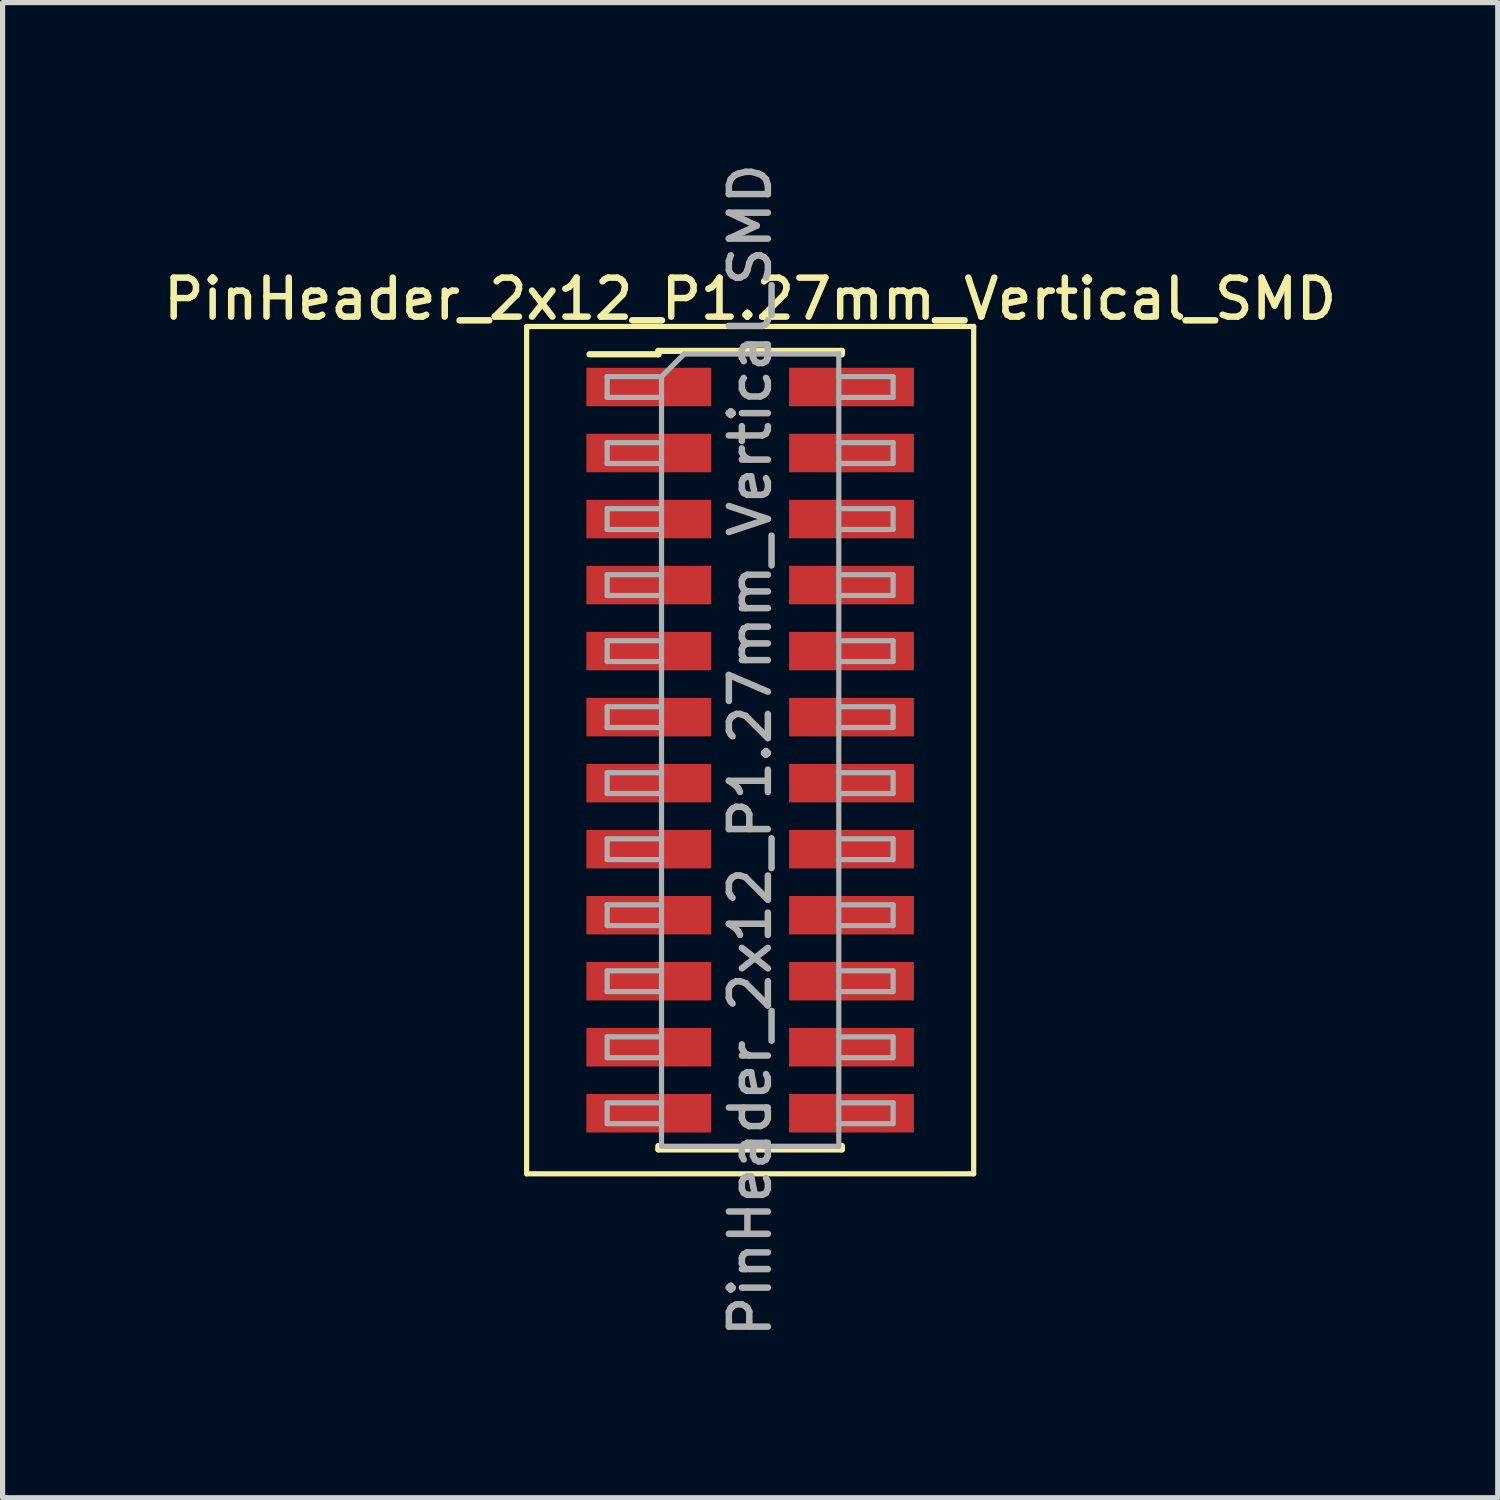
<source format=kicad_pcb>
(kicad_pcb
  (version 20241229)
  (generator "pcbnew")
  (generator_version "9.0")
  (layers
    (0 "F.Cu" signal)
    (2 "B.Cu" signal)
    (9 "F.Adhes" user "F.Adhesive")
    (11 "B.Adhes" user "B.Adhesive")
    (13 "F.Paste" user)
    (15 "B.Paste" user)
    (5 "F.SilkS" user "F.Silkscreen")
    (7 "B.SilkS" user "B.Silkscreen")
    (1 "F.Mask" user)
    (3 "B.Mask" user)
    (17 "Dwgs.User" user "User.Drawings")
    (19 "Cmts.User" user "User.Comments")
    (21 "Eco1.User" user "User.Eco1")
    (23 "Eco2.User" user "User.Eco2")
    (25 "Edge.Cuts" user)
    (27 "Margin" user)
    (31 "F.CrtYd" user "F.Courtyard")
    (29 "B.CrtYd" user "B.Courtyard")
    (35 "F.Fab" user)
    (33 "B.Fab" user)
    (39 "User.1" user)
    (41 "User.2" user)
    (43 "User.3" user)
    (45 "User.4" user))
  (footprint "PinHeader_2x12_P1.27mm_Vertical_SMD"
    (layer "F.Cu")
    (at 11.38 11.38)
    (property "Reference" "PinHeader_2x12_P1.27mm_Vertical_SMD" (at 0 -8.68 0) (layer "F.SilkS") (effects (font (size 0.75 0.75) (thickness 0.125))))
    (attr smd)
    (fp_line (start -4.3 -8.15) (end -4.3 8.15) (stroke (width 0.1) (type solid)) (layer "F.SilkS"))
    (fp_line (start -4.3 8.15) (end 4.3 8.15) (stroke (width 0.1) (type solid)) (layer "F.SilkS"))
    (fp_line (start -3.09 -7.615) (end -1.765 -7.615) (stroke (width 0.12) (type solid)) (layer "F.SilkS"))
    (fp_line (start -1.765 -7.68) (end -1.765 -7.615) (stroke (width 0.12) (type solid)) (layer "F.SilkS"))
    (fp_line (start -1.765 -7.68) (end 1.765 -7.68) (stroke (width 0.12) (type solid)) (layer "F.SilkS"))
    (fp_line (start -1.765 7.615) (end -1.765 7.68) (stroke (width 0.12) (type solid)) (layer "F.SilkS"))
    (fp_line (start -1.765 7.68) (end 1.765 7.68) (stroke (width 0.12) (type solid)) (layer "F.SilkS"))
    (fp_line (start 1.765 -7.68) (end 1.765 -7.615) (stroke (width 0.12) (type solid)) (layer "F.SilkS"))
    (fp_line (start 1.765 7.615) (end 1.765 7.68) (stroke (width 0.12) (type solid)) (layer "F.SilkS"))
    (fp_line (start 4.3 -8.15) (end -4.3 -8.15) (stroke (width 0.1) (type solid)) (layer "F.SilkS"))
    (fp_line (start 4.3 8.15) (end 4.3 -8.15) (stroke (width 0.1) (type solid)) (layer "F.SilkS"))
    (fp_line (start -2.75 -7.185) (end -2.75 -6.785) (stroke (width 0.1) (type solid)) (layer "F.Fab"))
    (fp_line (start -2.75 -6.785) (end -1.705 -6.785) (stroke (width 0.1) (type solid)) (layer "F.Fab"))
    (fp_line (start -2.75 -5.915) (end -2.75 -5.515) (stroke (width 0.1) (type solid)) (layer "F.Fab"))
    (fp_line (start -2.75 -5.515) (end -1.705 -5.515) (stroke (width 0.1) (type solid)) (layer "F.Fab"))
    (fp_line (start -2.75 -4.645) (end -2.75 -4.245) (stroke (width 0.1) (type solid)) (layer "F.Fab"))
    (fp_line (start -2.75 -4.245) (end -1.705 -4.245) (stroke (width 0.1) (type solid)) (layer "F.Fab"))
    (fp_line (start -2.75 -3.375) (end -2.75 -2.975) (stroke (width 0.1) (type solid)) (layer "F.Fab"))
    (fp_line (start -2.75 -2.975) (end -1.705 -2.975) (stroke (width 0.1) (type solid)) (layer "F.Fab"))
    (fp_line (start -2.75 -2.105) (end -2.75 -1.705) (stroke (width 0.1) (type solid)) (layer "F.Fab"))
    (fp_line (start -2.75 -1.705) (end -1.705 -1.705) (stroke (width 0.1) (type solid)) (layer "F.Fab"))
    (fp_line (start -2.75 -0.835) (end -2.75 -0.435) (stroke (width 0.1) (type solid)) (layer "F.Fab"))
    (fp_line (start -2.75 -0.435) (end -1.705 -0.435) (stroke (width 0.1) (type solid)) (layer "F.Fab"))
    (fp_line (start -2.75 0.435) (end -2.75 0.835) (stroke (width 0.1) (type solid)) (layer "F.Fab"))
    (fp_line (start -2.75 0.835) (end -1.705 0.835) (stroke (width 0.1) (type solid)) (layer "F.Fab"))
    (fp_line (start -2.75 1.705) (end -2.75 2.105) (stroke (width 0.1) (type solid)) (layer "F.Fab"))
    (fp_line (start -2.75 2.105) (end -1.705 2.105) (stroke (width 0.1) (type solid)) (layer "F.Fab"))
    (fp_line (start -2.75 2.975) (end -2.75 3.375) (stroke (width 0.1) (type solid)) (layer "F.Fab"))
    (fp_line (start -2.75 3.375) (end -1.705 3.375) (stroke (width 0.1) (type solid)) (layer "F.Fab"))
    (fp_line (start -2.75 4.245) (end -2.75 4.645) (stroke (width 0.1) (type solid)) (layer "F.Fab"))
    (fp_line (start -2.75 4.645) (end -1.705 4.645) (stroke (width 0.1) (type solid)) (layer "F.Fab"))
    (fp_line (start -2.75 5.515) (end -2.75 5.915) (stroke (width 0.1) (type solid)) (layer "F.Fab"))
    (fp_line (start -2.75 5.915) (end -1.705 5.915) (stroke (width 0.1) (type solid)) (layer "F.Fab"))
    (fp_line (start -2.75 6.785) (end -2.75 7.185) (stroke (width 0.1) (type solid)) (layer "F.Fab"))
    (fp_line (start -2.75 7.185) (end -1.705 7.185) (stroke (width 0.1) (type solid)) (layer "F.Fab"))
    (fp_line (start -1.705 -7.185) (end -2.75 -7.185) (stroke (width 0.1) (type solid)) (layer "F.Fab"))
    (fp_line (start -1.705 -7.185) (end -1.27 -7.62) (stroke (width 0.1) (type solid)) (layer "F.Fab"))
    (fp_line (start -1.705 -5.915) (end -2.75 -5.915) (stroke (width 0.1) (type solid)) (layer "F.Fab"))
    (fp_line (start -1.705 -4.645) (end -2.75 -4.645) (stroke (width 0.1) (type solid)) (layer "F.Fab"))
    (fp_line (start -1.705 -3.375) (end -2.75 -3.375) (stroke (width 0.1) (type solid)) (layer "F.Fab"))
    (fp_line (start -1.705 -2.105) (end -2.75 -2.105) (stroke (width 0.1) (type solid)) (layer "F.Fab"))
    (fp_line (start -1.705 -0.835) (end -2.75 -0.835) (stroke (width 0.1) (type solid)) (layer "F.Fab"))
    (fp_line (start -1.705 0.435) (end -2.75 0.435) (stroke (width 0.1) (type solid)) (layer "F.Fab"))
    (fp_line (start -1.705 1.705) (end -2.75 1.705) (stroke (width 0.1) (type solid)) (layer "F.Fab"))
    (fp_line (start -1.705 2.975) (end -2.75 2.975) (stroke (width 0.1) (type solid)) (layer "F.Fab"))
    (fp_line (start -1.705 4.245) (end -2.75 4.245) (stroke (width 0.1) (type solid)) (layer "F.Fab"))
    (fp_line (start -1.705 5.515) (end -2.75 5.515) (stroke (width 0.1) (type solid)) (layer "F.Fab"))
    (fp_line (start -1.705 6.785) (end -2.75 6.785) (stroke (width 0.1) (type solid)) (layer "F.Fab"))
    (fp_line (start -1.705 7.62) (end -1.705 -7.185) (stroke (width 0.1) (type solid)) (layer "F.Fab"))
    (fp_line (start -1.27 -7.62) (end 1.705 -7.62) (stroke (width 0.1) (type solid)) (layer "F.Fab"))
    (fp_line (start 1.705 -7.62) (end 1.705 7.62) (stroke (width 0.1) (type solid)) (layer "F.Fab"))
    (fp_line (start 1.705 -7.185) (end 2.75 -7.185) (stroke (width 0.1) (type solid)) (layer "F.Fab"))
    (fp_line (start 1.705 -5.915) (end 2.75 -5.915) (stroke (width 0.1) (type solid)) (layer "F.Fab"))
    (fp_line (start 1.705 -4.645) (end 2.75 -4.645) (stroke (width 0.1) (type solid)) (layer "F.Fab"))
    (fp_line (start 1.705 -3.375) (end 2.75 -3.375) (stroke (width 0.1) (type solid)) (layer "F.Fab"))
    (fp_line (start 1.705 -2.105) (end 2.75 -2.105) (stroke (width 0.1) (type solid)) (layer "F.Fab"))
    (fp_line (start 1.705 -0.835) (end 2.75 -0.835) (stroke (width 0.1) (type solid)) (layer "F.Fab"))
    (fp_line (start 1.705 0.435) (end 2.75 0.435) (stroke (width 0.1) (type solid)) (layer "F.Fab"))
    (fp_line (start 1.705 1.705) (end 2.75 1.705) (stroke (width 0.1) (type solid)) (layer "F.Fab"))
    (fp_line (start 1.705 2.975) (end 2.75 2.975) (stroke (width 0.1) (type solid)) (layer "F.Fab"))
    (fp_line (start 1.705 4.245) (end 2.75 4.245) (stroke (width 0.1) (type solid)) (layer "F.Fab"))
    (fp_line (start 1.705 5.515) (end 2.75 5.515) (stroke (width 0.1) (type solid)) (layer "F.Fab"))
    (fp_line (start 1.705 6.785) (end 2.75 6.785) (stroke (width 0.1) (type solid)) (layer "F.Fab"))
    (fp_line (start 1.705 7.62) (end -1.705 7.62) (stroke (width 0.1) (type solid)) (layer "F.Fab"))
    (fp_line (start 2.75 -7.185) (end 2.75 -6.785) (stroke (width 0.1) (type solid)) (layer "F.Fab"))
    (fp_line (start 2.75 -6.785) (end 1.705 -6.785) (stroke (width 0.1) (type solid)) (layer "F.Fab"))
    (fp_line (start 2.75 -5.915) (end 2.75 -5.515) (stroke (width 0.1) (type solid)) (layer "F.Fab"))
    (fp_line (start 2.75 -5.515) (end 1.705 -5.515) (stroke (width 0.1) (type solid)) (layer "F.Fab"))
    (fp_line (start 2.75 -4.645) (end 2.75 -4.245) (stroke (width 0.1) (type solid)) (layer "F.Fab"))
    (fp_line (start 2.75 -4.245) (end 1.705 -4.245) (stroke (width 0.1) (type solid)) (layer "F.Fab"))
    (fp_line (start 2.75 -3.375) (end 2.75 -2.975) (stroke (width 0.1) (type solid)) (layer "F.Fab"))
    (fp_line (start 2.75 -2.975) (end 1.705 -2.975) (stroke (width 0.1) (type solid)) (layer "F.Fab"))
    (fp_line (start 2.75 -2.105) (end 2.75 -1.705) (stroke (width 0.1) (type solid)) (layer "F.Fab"))
    (fp_line (start 2.75 -1.705) (end 1.705 -1.705) (stroke (width 0.1) (type solid)) (layer "F.Fab"))
    (fp_line (start 2.75 -0.835) (end 2.75 -0.435) (stroke (width 0.1) (type solid)) (layer "F.Fab"))
    (fp_line (start 2.75 -0.435) (end 1.705 -0.435) (stroke (width 0.1) (type solid)) (layer "F.Fab"))
    (fp_line (start 2.75 0.435) (end 2.75 0.835) (stroke (width 0.1) (type solid)) (layer "F.Fab"))
    (fp_line (start 2.75 0.835) (end 1.705 0.835) (stroke (width 0.1) (type solid)) (layer "F.Fab"))
    (fp_line (start 2.75 1.705) (end 2.75 2.105) (stroke (width 0.1) (type solid)) (layer "F.Fab"))
    (fp_line (start 2.75 2.105) (end 1.705 2.105) (stroke (width 0.1) (type solid)) (layer "F.Fab"))
    (fp_line (start 2.75 2.975) (end 2.75 3.375) (stroke (width 0.1) (type solid)) (layer "F.Fab"))
    (fp_line (start 2.75 3.375) (end 1.705 3.375) (stroke (width 0.1) (type solid)) (layer "F.Fab"))
    (fp_line (start 2.75 4.245) (end 2.75 4.645) (stroke (width 0.1) (type solid)) (layer "F.Fab"))
    (fp_line (start 2.75 4.645) (end 1.705 4.645) (stroke (width 0.1) (type solid)) (layer "F.Fab"))
    (fp_line (start 2.75 5.515) (end 2.75 5.915) (stroke (width 0.1) (type solid)) (layer "F.Fab"))
    (fp_line (start 2.75 5.915) (end 1.705 5.915) (stroke (width 0.1) (type solid)) (layer "F.Fab"))
    (fp_line (start 2.75 6.785) (end 2.75 7.185) (stroke (width 0.1) (type solid)) (layer "F.Fab"))
    (fp_line (start 2.75 7.185) (end 1.705 7.185) (stroke (width 0.1) (type solid)) (layer "F.Fab"))
    (fp_text user "${REFERENCE}" (at 0 0 90) (layer "F.Fab") (effects (font (size 0.75 0.75) (thickness 0.125))))
    (pad "1" smd rect (at -1.95 -6.985) (size 2.4 0.74) (layers "F.Cu" "F.Mask" "F.Paste"))
    (pad "2" smd rect (at 1.95 -6.985) (size 2.4 0.74) (layers "F.Cu" "F.Mask" "F.Paste"))
    (pad "3" smd rect (at -1.95 -5.715) (size 2.4 0.74) (layers "F.Cu" "F.Mask" "F.Paste"))
    (pad "4" smd rect (at 1.95 -5.715) (size 2.4 0.74) (layers "F.Cu" "F.Mask" "F.Paste"))
    (pad "5" smd rect (at -1.95 -4.445) (size 2.4 0.74) (layers "F.Cu" "F.Mask" "F.Paste"))
    (pad "6" smd rect (at 1.95 -4.445) (size 2.4 0.74) (layers "F.Cu" "F.Mask" "F.Paste"))
    (pad "7" smd rect (at -1.95 -3.175) (size 2.4 0.74) (layers "F.Cu" "F.Mask" "F.Paste"))
    (pad "8" smd rect (at 1.95 -3.175) (size 2.4 0.74) (layers "F.Cu" "F.Mask" "F.Paste"))
    (pad "9" smd rect (at -1.95 -1.905) (size 2.4 0.74) (layers "F.Cu" "F.Mask" "F.Paste"))
    (pad "10" smd rect (at 1.95 -1.905) (size 2.4 0.74) (layers "F.Cu" "F.Mask" "F.Paste"))
    (pad "11" smd rect (at -1.95 -0.635) (size 2.4 0.74) (layers "F.Cu" "F.Mask" "F.Paste"))
    (pad "12" smd rect (at 1.95 -0.635) (size 2.4 0.74) (layers "F.Cu" "F.Mask" "F.Paste"))
    (pad "13" smd rect (at -1.95 0.635) (size 2.4 0.74) (layers "F.Cu" "F.Mask" "F.Paste"))
    (pad "14" smd rect (at 1.95 0.635) (size 2.4 0.74) (layers "F.Cu" "F.Mask" "F.Paste"))
    (pad "15" smd rect (at -1.95 1.905) (size 2.4 0.74) (layers "F.Cu" "F.Mask" "F.Paste"))
    (pad "16" smd rect (at 1.95 1.905) (size 2.4 0.74) (layers "F.Cu" "F.Mask" "F.Paste"))
    (pad "17" smd rect (at -1.95 3.175) (size 2.4 0.74) (layers "F.Cu" "F.Mask" "F.Paste"))
    (pad "18" smd rect (at 1.95 3.175) (size 2.4 0.74) (layers "F.Cu" "F.Mask" "F.Paste"))
    (pad "19" smd rect (at -1.95 4.445) (size 2.4 0.74) (layers "F.Cu" "F.Mask" "F.Paste"))
    (pad "20" smd rect (at 1.95 4.445) (size 2.4 0.74) (layers "F.Cu" "F.Mask" "F.Paste"))
    (pad "21" smd rect (at -1.95 5.715) (size 2.4 0.74) (layers "F.Cu" "F.Mask" "F.Paste"))
    (pad "22" smd rect (at 1.95 5.715) (size 2.4 0.74) (layers "F.Cu" "F.Mask" "F.Paste"))
    (pad "23" smd rect (at -1.95 6.985) (size 2.4 0.74) (layers "F.Cu" "F.Mask" "F.Paste"))
    (pad "24" smd rect (at 1.95 6.985) (size 2.4 0.74) (layers "F.Cu" "F.Mask" "F.Paste")))
  (gr_rect
    (start -3 -3)
    (end 25.761 25.761)
    (stroke (width 0.1) (type default))
    (fill no)
    (layer "Edge.Cuts")))
</source>
